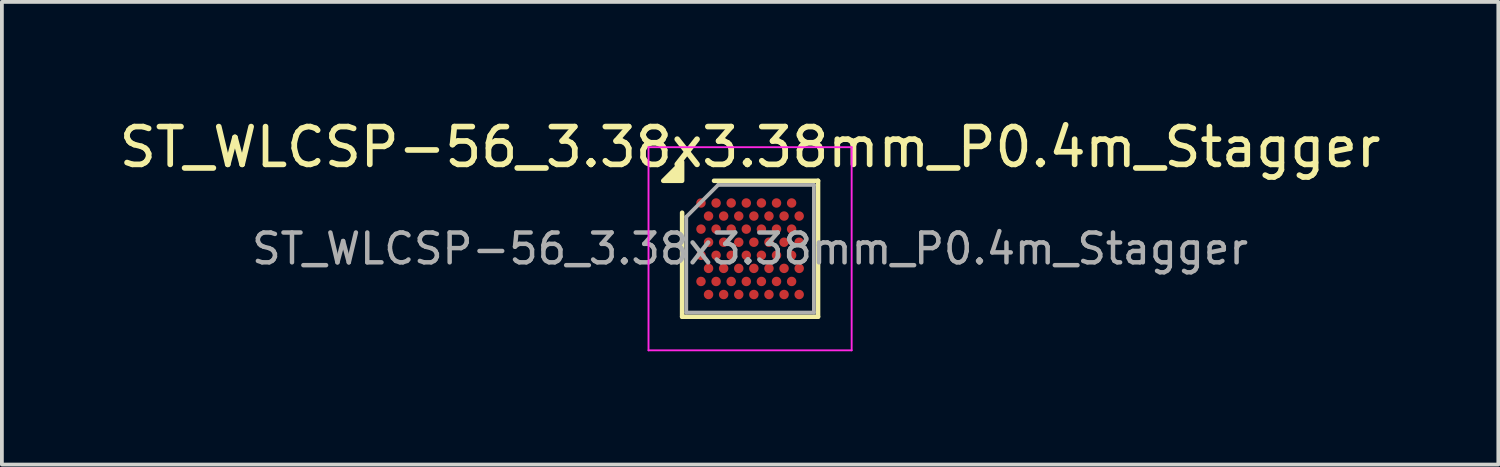
<source format=kicad_pcb>
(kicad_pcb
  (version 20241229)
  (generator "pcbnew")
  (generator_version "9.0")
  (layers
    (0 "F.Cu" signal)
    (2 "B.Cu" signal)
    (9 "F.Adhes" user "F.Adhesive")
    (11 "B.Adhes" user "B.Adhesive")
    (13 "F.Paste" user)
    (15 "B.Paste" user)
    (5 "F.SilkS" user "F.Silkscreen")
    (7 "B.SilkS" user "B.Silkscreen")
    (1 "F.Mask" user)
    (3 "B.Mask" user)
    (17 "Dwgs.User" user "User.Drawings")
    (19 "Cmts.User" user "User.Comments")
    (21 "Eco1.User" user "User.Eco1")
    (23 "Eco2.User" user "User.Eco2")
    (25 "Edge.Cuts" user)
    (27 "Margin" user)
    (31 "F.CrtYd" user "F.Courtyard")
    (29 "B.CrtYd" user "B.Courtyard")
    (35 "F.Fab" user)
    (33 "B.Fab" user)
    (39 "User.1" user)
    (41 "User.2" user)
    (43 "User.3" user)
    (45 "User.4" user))
  (footprint "ST_WLCSP-56_3.38x3.38mm_P0.4m_Stagger"
    (layer "F.Cu")
    (at 16.815 3.538)
    (property "Reference" "ST_WLCSP-56_3.38x3.38mm_P0.4m_Stagger" (at 0 -2.69 0) (layer "F.SilkS") (effects (font (size 1 1) (thickness 0.15))))
    (attr smd)
    (fp_line (start -1.8 1.8) (end -1.8 -0.955) (stroke (width 0.12) (type solid)) (layer "F.SilkS"))
    (fp_line (start -0.955 -1.8) (end 1.8 -1.8) (stroke (width 0.12) (type solid)) (layer "F.SilkS"))
    (fp_line (start 1.8 -1.8) (end 1.8 1.8) (stroke (width 0.12) (type solid)) (layer "F.SilkS"))
    (fp_line (start 1.8 1.8) (end -1.8 1.8) (stroke (width 0.12) (type solid)) (layer "F.SilkS"))
    (fp_poly (pts (xy -1.8 -1.8) (xy -2.3 -1.8) (xy -1.8 -2.3) (xy -1.8 -1.8)) (stroke (width 0.12) (type solid)) (fill yes) (layer "F.SilkS"))
    (fp_line (start -2.69 -2.69) (end -2.69 2.69) (stroke (width 0.05) (type solid)) (layer "F.CrtYd"))
    (fp_line (start -2.69 2.69) (end 2.69 2.69) (stroke (width 0.05) (type solid)) (layer "F.CrtYd"))
    (fp_line (start 2.69 -2.69) (end -2.69 -2.69) (stroke (width 0.05) (type solid)) (layer "F.CrtYd"))
    (fp_line (start 2.69 2.69) (end 2.69 -2.69) (stroke (width 0.05) (type solid)) (layer "F.CrtYd"))
    (fp_line (start -1.69 -0.845) (end -0.845 -1.69) (stroke (width 0.1) (type solid)) (layer "F.Fab"))
    (fp_line (start -1.69 1.69) (end -1.69 -0.845) (stroke (width 0.1) (type solid)) (layer "F.Fab"))
    (fp_line (start -0.845 -1.69) (end 1.69 -1.69) (stroke (width 0.1) (type solid)) (layer "F.Fab"))
    (fp_line (start 1.69 -1.69) (end 1.69 1.69) (stroke (width 0.1) (type solid)) (layer "F.Fab"))
    (fp_line (start 1.69 1.69) (end -1.69 1.69) (stroke (width 0.1) (type solid)) (layer "F.Fab"))
    (fp_text user "${REFERENCE}" (at 0 0 0) (layer "F.Fab") (effects (font (size 0.79 0.79) (thickness 0.118))))
    (pad "A1" smd circle (at -1.3 -1.212) (size 0.25 0.25) (property pad_prop_bga) (layers "F.Cu" "F.Mask" "F.Paste"))
    (pad "A3" smd circle (at -0.9 -1.212) (size 0.25 0.25) (property pad_prop_bga) (layers "F.Cu" "F.Mask" "F.Paste"))
    (pad "A5" smd circle (at -0.5 -1.212) (size 0.25 0.25) (property pad_prop_bga) (layers "F.Cu" "F.Mask" "F.Paste"))
    (pad "A7" smd circle (at -0.1 -1.212) (size 0.25 0.25) (property pad_prop_bga) (layers "F.Cu" "F.Mask" "F.Paste"))
    (pad "A9" smd circle (at 0.3 -1.212) (size 0.25 0.25) (property pad_prop_bga) (layers "F.Cu" "F.Mask" "F.Paste"))
    (pad "A11" smd circle (at 0.7 -1.212) (size 0.25 0.25) (property pad_prop_bga) (layers "F.Cu" "F.Mask" "F.Paste"))
    (pad "A13" smd circle (at 1.1 -1.212) (size 0.25 0.25) (property pad_prop_bga) (layers "F.Cu" "F.Mask" "F.Paste"))
    (pad "B2" smd circle (at -1.1 -0.866) (size 0.25 0.25) (property pad_prop_bga) (layers "F.Cu" "F.Mask" "F.Paste"))
    (pad "B4" smd circle (at -0.7 -0.866) (size 0.25 0.25) (property pad_prop_bga) (layers "F.Cu" "F.Mask" "F.Paste"))
    (pad "B6" smd circle (at -0.3 -0.866) (size 0.25 0.25) (property pad_prop_bga) (layers "F.Cu" "F.Mask" "F.Paste"))
    (pad "B8" smd circle (at 0.1 -0.866) (size 0.25 0.25) (property pad_prop_bga) (layers "F.Cu" "F.Mask" "F.Paste"))
    (pad "B10" smd circle (at 0.5 -0.866) (size 0.25 0.25) (property pad_prop_bga) (layers "F.Cu" "F.Mask" "F.Paste"))
    (pad "B12" smd circle (at 0.9 -0.866) (size 0.25 0.25) (property pad_prop_bga) (layers "F.Cu" "F.Mask" "F.Paste"))
    (pad "B14" smd circle (at 1.3 -0.866) (size 0.25 0.25) (property pad_prop_bga) (layers "F.Cu" "F.Mask" "F.Paste"))
    (pad "C1" smd circle (at -1.3 -0.52) (size 0.25 0.25) (property pad_prop_bga) (layers "F.Cu" "F.Mask" "F.Paste"))
    (pad "C3" smd circle (at -0.9 -0.52) (size 0.25 0.25) (property pad_prop_bga) (layers "F.Cu" "F.Mask" "F.Paste"))
    (pad "C5" smd circle (at -0.5 -0.52) (size 0.25 0.25) (property pad_prop_bga) (layers "F.Cu" "F.Mask" "F.Paste"))
    (pad "C7" smd circle (at -0.1 -0.52) (size 0.25 0.25) (property pad_prop_bga) (layers "F.Cu" "F.Mask" "F.Paste"))
    (pad "C9" smd circle (at 0.3 -0.52) (size 0.25 0.25) (property pad_prop_bga) (layers "F.Cu" "F.Mask" "F.Paste"))
    (pad "C11" smd circle (at 0.7 -0.52) (size 0.25 0.25) (property pad_prop_bga) (layers "F.Cu" "F.Mask" "F.Paste"))
    (pad "C13" smd circle (at 1.1 -0.52) (size 0.25 0.25) (property pad_prop_bga) (layers "F.Cu" "F.Mask" "F.Paste"))
    (pad "D2" smd circle (at -1.1 -0.173) (size 0.25 0.25) (property pad_prop_bga) (layers "F.Cu" "F.Mask" "F.Paste"))
    (pad "D4" smd circle (at -0.7 -0.173) (size 0.25 0.25) (property pad_prop_bga) (layers "F.Cu" "F.Mask" "F.Paste"))
    (pad "D6" smd circle (at -0.3 -0.173) (size 0.25 0.25) (property pad_prop_bga) (layers "F.Cu" "F.Mask" "F.Paste"))
    (pad "D8" smd circle (at 0.1 -0.173) (size 0.25 0.25) (property pad_prop_bga) (layers "F.Cu" "F.Mask" "F.Paste"))
    (pad "D10" smd circle (at 0.5 -0.173) (size 0.25 0.25) (property pad_prop_bga) (layers "F.Cu" "F.Mask" "F.Paste"))
    (pad "D12" smd circle (at 0.9 -0.173) (size 0.25 0.25) (property pad_prop_bga) (layers "F.Cu" "F.Mask" "F.Paste"))
    (pad "D14" smd circle (at 1.3 -0.173) (size 0.25 0.25) (property pad_prop_bga) (layers "F.Cu" "F.Mask" "F.Paste"))
    (pad "E1" smd circle (at -1.3 0.173) (size 0.25 0.25) (property pad_prop_bga) (layers "F.Cu" "F.Mask" "F.Paste"))
    (pad "E3" smd circle (at -0.9 0.173) (size 0.25 0.25) (property pad_prop_bga) (layers "F.Cu" "F.Mask" "F.Paste"))
    (pad "E5" smd circle (at -0.5 0.173) (size 0.25 0.25) (property pad_prop_bga) (layers "F.Cu" "F.Mask" "F.Paste"))
    (pad "E7" smd circle (at -0.1 0.173) (size 0.25 0.25) (property pad_prop_bga) (layers "F.Cu" "F.Mask" "F.Paste"))
    (pad "E9" smd circle (at 0.3 0.173) (size 0.25 0.25) (property pad_prop_bga) (layers "F.Cu" "F.Mask" "F.Paste"))
    (pad "E11" smd circle (at 0.7 0.173) (size 0.25 0.25) (property pad_prop_bga) (layers "F.Cu" "F.Mask" "F.Paste"))
    (pad "E13" smd circle (at 1.1 0.173) (size 0.25 0.25) (property pad_prop_bga) (layers "F.Cu" "F.Mask" "F.Paste"))
    (pad "F2" smd circle (at -1.1 0.52) (size 0.25 0.25) (property pad_prop_bga) (layers "F.Cu" "F.Mask" "F.Paste"))
    (pad "F4" smd circle (at -0.7 0.52) (size 0.25 0.25) (property pad_prop_bga) (layers "F.Cu" "F.Mask" "F.Paste"))
    (pad "F6" smd circle (at -0.3 0.52) (size 0.25 0.25) (property pad_prop_bga) (layers "F.Cu" "F.Mask" "F.Paste"))
    (pad "F8" smd circle (at 0.1 0.52) (size 0.25 0.25) (property pad_prop_bga) (layers "F.Cu" "F.Mask" "F.Paste"))
    (pad "F10" smd circle (at 0.5 0.52) (size 0.25 0.25) (property pad_prop_bga) (layers "F.Cu" "F.Mask" "F.Paste"))
    (pad "F12" smd circle (at 0.9 0.52) (size 0.25 0.25) (property pad_prop_bga) (layers "F.Cu" "F.Mask" "F.Paste"))
    (pad "F14" smd circle (at 1.3 0.52) (size 0.25 0.25) (property pad_prop_bga) (layers "F.Cu" "F.Mask" "F.Paste"))
    (pad "G1" smd circle (at -1.3 0.866) (size 0.25 0.25) (property pad_prop_bga) (layers "F.Cu" "F.Mask" "F.Paste"))
    (pad "G3" smd circle (at -0.9 0.866) (size 0.25 0.25) (property pad_prop_bga) (layers "F.Cu" "F.Mask" "F.Paste"))
    (pad "G5" smd circle (at -0.5 0.866) (size 0.25 0.25) (property pad_prop_bga) (layers "F.Cu" "F.Mask" "F.Paste"))
    (pad "G7" smd circle (at -0.1 0.866) (size 0.25 0.25) (property pad_prop_bga) (layers "F.Cu" "F.Mask" "F.Paste"))
    (pad "G9" smd circle (at 0.3 0.866) (size 0.25 0.25) (property pad_prop_bga) (layers "F.Cu" "F.Mask" "F.Paste"))
    (pad "G11" smd circle (at 0.7 0.866) (size 0.25 0.25) (property pad_prop_bga) (layers "F.Cu" "F.Mask" "F.Paste"))
    (pad "G13" smd circle (at 1.1 0.866) (size 0.25 0.25) (property pad_prop_bga) (layers "F.Cu" "F.Mask" "F.Paste"))
    (pad "H2" smd circle (at -1.1 1.212) (size 0.25 0.25) (property pad_prop_bga) (layers "F.Cu" "F.Mask" "F.Paste"))
    (pad "H4" smd circle (at -0.7 1.212) (size 0.25 0.25) (property pad_prop_bga) (layers "F.Cu" "F.Mask" "F.Paste"))
    (pad "H6" smd circle (at -0.3 1.212) (size 0.25 0.25) (property pad_prop_bga) (layers "F.Cu" "F.Mask" "F.Paste"))
    (pad "H8" smd circle (at 0.1 1.212) (size 0.25 0.25) (property pad_prop_bga) (layers "F.Cu" "F.Mask" "F.Paste"))
    (pad "H10" smd circle (at 0.5 1.212) (size 0.25 0.25) (property pad_prop_bga) (layers "F.Cu" "F.Mask" "F.Paste"))
    (pad "H12" smd circle (at 0.9 1.212) (size 0.25 0.25) (property pad_prop_bga) (layers "F.Cu" "F.Mask" "F.Paste"))
    (pad "H14" smd circle (at 1.3 1.212) (size 0.25 0.25) (property pad_prop_bga) (layers "F.Cu" "F.Mask" "F.Paste")))
  (gr_rect
    (start -3 -3)
    (end 36.631 9.253)
    (stroke (width 0.1) (type default))
    (fill no)
    (layer "Edge.Cuts")))
</source>
